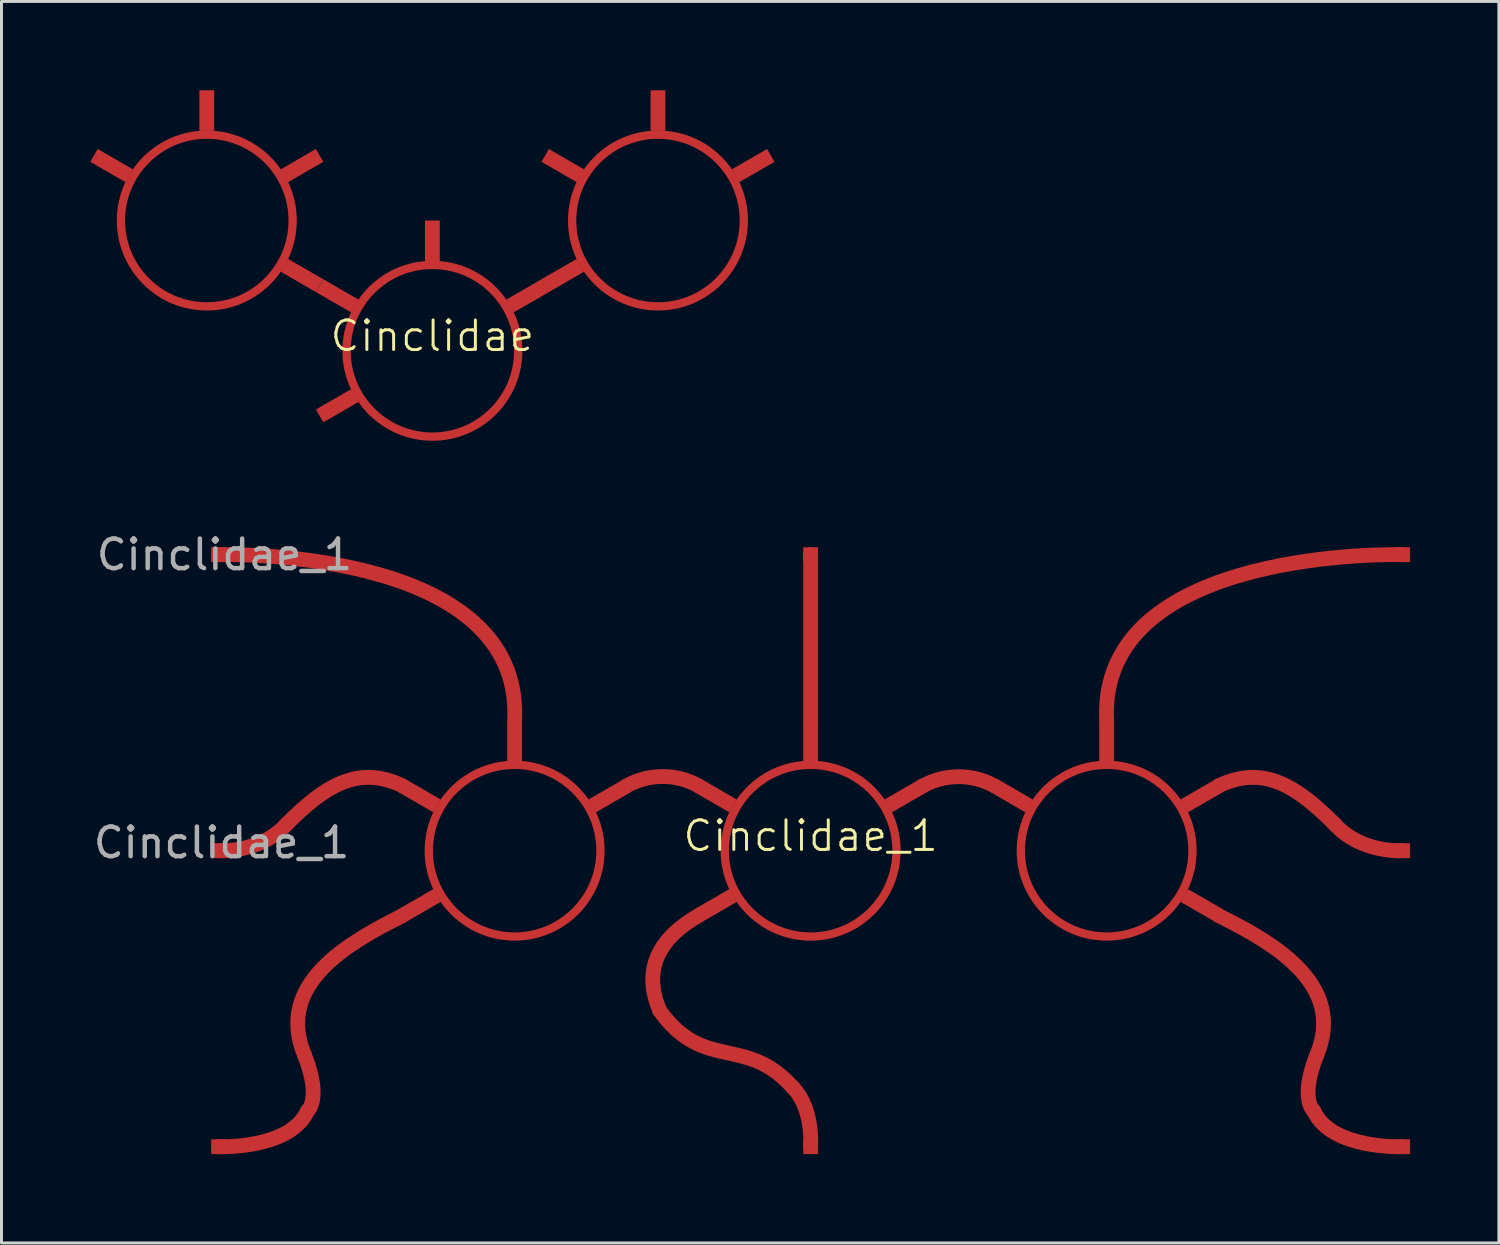
<source format=kicad_pcb>
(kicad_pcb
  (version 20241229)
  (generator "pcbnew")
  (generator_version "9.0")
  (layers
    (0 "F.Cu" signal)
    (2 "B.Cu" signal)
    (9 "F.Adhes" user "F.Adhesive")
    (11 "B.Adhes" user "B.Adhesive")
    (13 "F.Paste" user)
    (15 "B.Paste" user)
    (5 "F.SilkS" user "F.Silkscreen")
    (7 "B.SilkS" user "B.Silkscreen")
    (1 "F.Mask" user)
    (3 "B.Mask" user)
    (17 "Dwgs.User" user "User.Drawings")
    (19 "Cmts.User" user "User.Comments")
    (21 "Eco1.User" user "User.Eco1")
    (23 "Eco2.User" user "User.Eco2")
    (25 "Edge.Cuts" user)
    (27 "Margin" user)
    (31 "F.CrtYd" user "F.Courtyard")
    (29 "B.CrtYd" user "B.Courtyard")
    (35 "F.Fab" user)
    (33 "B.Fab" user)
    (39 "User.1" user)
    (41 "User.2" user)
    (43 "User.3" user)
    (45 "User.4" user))
  (footprint "Cinclidae_1"
    (layer "F.Cu")
    (at 24.335 25.688)
    (property "Reference" "Cinclidae_1" (at 0 -0.5 0) (unlocked yes) (layer "F.SilkS") (effects (font (size 1 1) (thickness 0.1))))
    (attr smd)
    (fp_line (start 0 -4.4) (end 0 -10) (stroke (width 0.5) (type default)) (layer "F.Cu"))
    (fp_rect (start -20.25 -9.75) (end -19.75 -10.25) (stroke (width 0) (type solid)) (fill yes) (layer "F.Cu"))
    (fp_rect (start -20.25 0.25) (end -19.75 -0.25) (stroke (width 0) (type solid)) (fill yes) (layer "F.Cu"))
    (fp_rect (start -20.25 10.25) (end -19.75 9.75) (stroke (width 0) (type solid)) (fill yes) (layer "F.Cu"))
    (fp_rect (start -0.25 -9.75) (end 0.25 -10.25) (stroke (width 0) (type solid)) (fill yes) (layer "F.Cu"))
    (fp_rect (start -0.25 -4.4) (end 0.25 -3.03) (stroke (width 0) (type solid)) (fill yes) (layer "F.Cu"))
    (fp_rect (start -0.25 10.25) (end 0.25 9.75) (stroke (width 0) (type solid)) (fill yes) (layer "F.Cu"))
    (fp_rect (start 19.75 -9.75) (end 20.25 -10.25) (stroke (width 0) (type solid)) (fill yes) (layer "F.Cu"))
    (fp_rect (start 19.75 0.25) (end 20.25 -0.25) (stroke (width 0) (type solid)) (fill yes) (layer "F.Cu"))
    (fp_rect (start 19.75 10.25) (end 20.25 9.75) (stroke (width 0) (type solid)) (fill yes) (layer "F.Cu"))
    (fp_arc (start -6.2 -2.2) (mid -5 -2.505993) (end -3.8 -2.2) (stroke (width 0.5) (type default)) (layer "F.Cu"))
    (fp_arc (start 3.8 -2.194007) (mid 5 -2.5) (end 6.2 -2.194007) (stroke (width 0.5) (type default)) (layer "F.Cu"))
    (fp_circle (center -10 0) (end -8.55 -2.511) (stroke (width 0.28) (type default)) (fill no) (layer "F.Cu"))
    (fp_circle (center 0 0) (end 2.9 0) (stroke (width 0.28) (type default)) (fill no) (layer "F.Cu"))
    (fp_circle (center 10 0) (end 11.45 2.511) (stroke (width 0.28) (type default)) (fill no) (layer "F.Cu"))
    (fp_poly (pts (xy -13.936 -1.983) (xy -13.686 -2.417) (xy -12.499 -1.731) (xy -12.749 -1.298)) (stroke (width 0) (type solid)) (fill yes) (layer "F.Cu"))
    (fp_poly (pts (xy -13.686 2.417) (xy -13.936 1.983) (xy -12.749 1.298) (xy -12.499 1.731)) (stroke (width 0) (type solid)) (fill yes) (layer "F.Cu"))
    (fp_poly (pts (xy -10.25 -4.4) (xy -9.75 -4.4) (xy -9.75 -3.03) (xy -10.25 -3.03)) (stroke (width 0) (type solid)) (fill yes) (layer "F.Cu"))
    (fp_poly (pts (xy -7.251 -1.298) (xy -7.501 -1.731) (xy -6.314 -2.417) (xy -6.064 -1.983)) (stroke (width 0) (type solid)) (fill yes) (layer "F.Cu"))
    (fp_poly (pts (xy -3.936 -1.983) (xy -3.686 -2.417) (xy -2.499 -1.731) (xy -2.749 -1.298)) (stroke (width 0) (type solid)) (fill yes) (layer "F.Cu"))
    (fp_poly (pts (xy -3.686 2.417) (xy -3.936 1.983) (xy -2.749 1.298) (xy -2.499 1.731)) (stroke (width 0) (type solid)) (fill yes) (layer "F.Cu"))
    (fp_poly (pts (xy 3.686 -2.417) (xy 3.936 -1.983) (xy 2.749 -1.298) (xy 2.499 -1.731)) (stroke (width 0) (type solid)) (fill yes) (layer "F.Cu"))
    (fp_poly (pts (xy 7.501 -1.731) (xy 7.251 -1.298) (xy 6.055 -1.99) (xy 6.305 -2.423)) (stroke (width 0) (type solid)) (fill yes) (layer "F.Cu"))
    (fp_poly (pts (xy 9.75 -4.4) (xy 10.25 -4.4) (xy 10.25 -3.03) (xy 9.75 -3.03)) (stroke (width 0) (type solid)) (fill yes) (layer "F.Cu"))
    (fp_poly (pts (xy 13.686 -2.417) (xy 13.936 -1.983) (xy 12.749 -1.298) (xy 12.499 -1.731)) (stroke (width 0) (type solid)) (fill yes) (layer "F.Cu"))
    (fp_poly (pts (xy 13.936 1.983) (xy 13.686 2.417) (xy 12.499 1.731) (xy 12.749 1.298)) (stroke (width 0) (type solid)) (fill yes) (layer "F.Cu"))
    (fp_curve (pts (xy -17.7 -0.9) (xy -18.6 0.1) (xy -20 0) (xy -20 0)) (stroke (width 0.5) (type default)) (layer "F.Cu"))
    (fp_curve (pts (xy -17.1 6.9) (xy -16.5 8.4) (xy -17 8.8) (xy -17 8.8)) (stroke (width 0.5) (type default)) (layer "F.Cu"))
    (fp_curve (pts (xy -17 8.8) (xy -17.6 10.1) (xy -20 10) (xy -20 10)) (stroke (width 0.5) (type default)) (layer "F.Cu"))
    (fp_curve (pts (xy -13.8 -2.2) (xy -15.3 -2.9) (xy -16.4 -2.2) (xy -17.7 -0.9)) (stroke (width 0.5) (type default)) (layer "F.Cu"))
    (fp_curve (pts (xy -13.8 2.2) (xy -15.6 3.1) (xy -18.1 4.5) (xy -17.1 6.9)) (stroke (width 0.5) (type default)) (layer "F.Cu"))
    (fp_curve (pts (xy -10 -4.4) (xy -9.7 -10.3) (xy -20 -10) (xy -20 -10)) (stroke (width 0.5) (type default)) (layer "F.Cu"))
    (fp_curve (pts (xy -5.1 5.4) (xy -3.6 7.5) (xy -2.2 6.2) (xy -0.6 8)) (stroke (width 0.5) (type default)) (layer "F.Cu"))
    (fp_curve (pts (xy -3.8 2.2) (xy -5.9 3.4) (xy -5.3 4.9) (xy -5.1 5.4)) (stroke (width 0.5) (type default)) (layer "F.Cu"))
    (fp_curve (pts (xy -0.6 8) (xy 0.1 8.7) (xy 0 10) (xy 0 10)) (stroke (width 0.5) (type default)) (layer "F.Cu"))
    (fp_curve (pts (xy 0 10) (xy 0 10) (xy 0 10) (xy 0 10)) (stroke (width 0.2) (type default)) (layer "F.Cu"))
    (fp_curve (pts (xy 10 -4.4) (xy 9.7 -10.3) (xy 20 -10) (xy 20 -10)) (stroke (width 0.5) (type default)) (layer "F.Cu"))
    (fp_curve (pts (xy 13.8 -2.2) (xy 15.3 -2.9) (xy 16.4 -2.2) (xy 17.7 -0.9)) (stroke (width 0.5) (type default)) (layer "F.Cu"))
    (fp_curve (pts (xy 13.8 2.2) (xy 15.6 3.1) (xy 18.1 4.5) (xy 17.1 6.9)) (stroke (width 0.5) (type default)) (layer "F.Cu"))
    (fp_curve (pts (xy 17 8.8) (xy 17.6 10.1) (xy 20 10) (xy 20 10)) (stroke (width 0.5) (type default)) (layer "F.Cu"))
    (fp_curve (pts (xy 17.1 6.9) (xy 16.5 8.4) (xy 17 8.8) (xy 17 8.8)) (stroke (width 0.5) (type default)) (layer "F.Cu"))
    (fp_curve (pts (xy 17.7 -0.9) (xy 18.6 0.1) (xy 20 0) (xy 20 0)) (stroke (width 0.5) (type default)) (layer "F.Cu"))
    (fp_text user "${REFERENCE}" (at -19.8 -10 0) (layer "F.Fab") (effects (font (size 1 1) (thickness 0.15))))
    (fp_text user "${REFERENCE}" (at -19.9 -0.27 0) (layer "F.Fab") (effects (font (size 1 1) (thickness 0.15)))))
  (footprint "Cinclidae"
    (layer "F.Cu")
    (at 11.557 8.8)
    (property "Reference" "Cinclidae" (at 0 -0.5 0) (unlocked yes) (layer "F.SilkS") (effects (font (size 1 1) (thickness 0.1))))
    (attr smd)
    (fp_rect (start -7.871 -8.8) (end -7.371 -7.43) (stroke (width 0) (type solid)) (fill yes) (layer "F.Cu"))
    (fp_rect (start -0.25 -4.4) (end 0.25 -3.03) (stroke (width 0) (type solid)) (fill yes) (layer "F.Cu"))
    (fp_rect (start 7.371 -8.8) (end 7.871 -7.43) (stroke (width 0) (type solid)) (fill yes) (layer "F.Cu"))
    (fp_circle (center -7.621 -4.4) (end -4.721 -4.4) (stroke (width 0.28) (type default)) (fill no) (layer "F.Cu"))
    (fp_circle (center 0 0) (end 2.9 0) (stroke (width 0.28) (type default)) (fill no) (layer "F.Cu"))
    (fp_circle (center 7.621 -4.4) (end 10.521 -4.4) (stroke (width 0.28) (type default)) (fill no) (layer "F.Cu"))
    (fp_poly (pts (xy -11.557 -6.383) (xy -11.307 -6.817) (xy -10.12 -6.131) (xy -10.37 -5.698)) (stroke (width 0) (type solid)) (fill yes) (layer "F.Cu"))
    (fp_poly (pts (xy -5.122 -2.669) (xy -4.872 -3.102) (xy -3.686 -2.417) (xy -3.936 -1.983)) (stroke (width 0) (type solid)) (fill yes) (layer "F.Cu"))
    (fp_poly (pts (xy -3.936 -6.817) (xy -3.686 -6.383) (xy -4.872 -5.698) (xy -5.122 -6.131)) (stroke (width 0) (type solid)) (fill yes) (layer "F.Cu"))
    (fp_poly (pts (xy -3.936 -1.983) (xy -3.686 -2.417) (xy -2.499 -1.731) (xy -2.749 -1.298)) (stroke (width 0) (type solid)) (fill yes) (layer "F.Cu"))
    (fp_poly (pts (xy -3.686 2.417) (xy -3.936 1.983) (xy -2.749 1.298) (xy -2.499 1.731)) (stroke (width 0) (type solid)) (fill yes) (layer "F.Cu"))
    (fp_poly (pts (xy 3.685 -6.383) (xy 3.935 -6.816) (xy 5.122 -6.131) (xy 4.872 -5.698)) (stroke (width 0) (type solid)) (fill yes) (layer "F.Cu"))
    (fp_poly (pts (xy 3.686 -2.417) (xy 3.936 -1.983) (xy 2.749 -1.298) (xy 2.499 -1.731)) (stroke (width 0) (type solid)) (fill yes) (layer "F.Cu"))
    (fp_poly (pts (xy 4.872 -3.102) (xy 5.122 -2.669) (xy 3.926 -1.978) (xy 3.676 -2.412)) (stroke (width 0) (type solid)) (fill yes) (layer "F.Cu"))
    (fp_poly (pts (xy 11.307 -6.817) (xy 11.557 -6.383) (xy 10.37 -5.698) (xy 10.12 -6.131)) (stroke (width 0) (type solid)) (fill yes) (layer "F.Cu")))
  (gr_rect
    (start -3 -3)
    (end 47.585 38.94)
    (stroke (width 0.1) (type default))
    (fill no)
    (layer "Edge.Cuts")))
</source>
